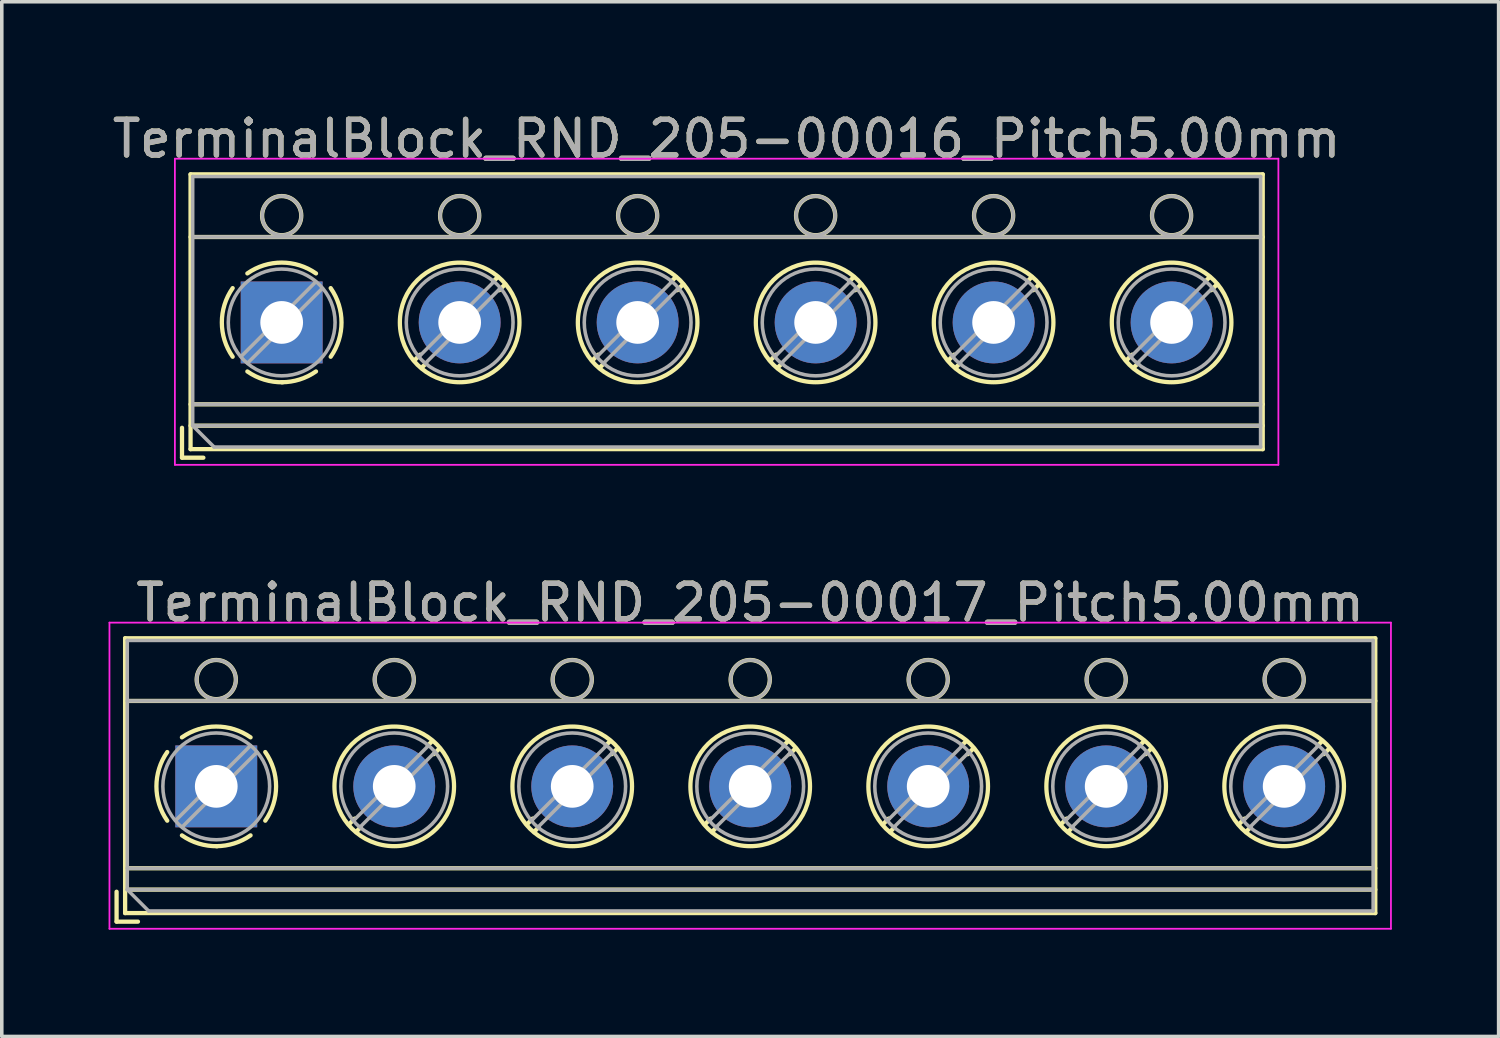
<source format=kicad_pcb>
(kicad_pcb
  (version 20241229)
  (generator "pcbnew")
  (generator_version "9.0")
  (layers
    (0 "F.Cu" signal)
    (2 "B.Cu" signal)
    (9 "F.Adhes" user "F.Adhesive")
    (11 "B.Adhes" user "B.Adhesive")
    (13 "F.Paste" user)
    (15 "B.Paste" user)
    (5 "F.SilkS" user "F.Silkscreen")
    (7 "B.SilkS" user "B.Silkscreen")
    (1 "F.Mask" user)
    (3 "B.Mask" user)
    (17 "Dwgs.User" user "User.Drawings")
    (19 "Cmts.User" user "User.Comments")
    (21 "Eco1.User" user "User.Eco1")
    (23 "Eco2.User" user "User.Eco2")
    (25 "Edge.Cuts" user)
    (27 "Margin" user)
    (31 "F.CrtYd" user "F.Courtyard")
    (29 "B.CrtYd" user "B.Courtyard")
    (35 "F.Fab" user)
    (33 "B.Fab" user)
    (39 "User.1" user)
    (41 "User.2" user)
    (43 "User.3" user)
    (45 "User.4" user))
  (footprint "TerminalBlock_RND_205-00016_Pitch5.00mm"
    (layer "F.Cu")
    (at 4.863 6.008)
    (property "Reference" "TerminalBlock_RND_205-00016_Pitch5.00mm" (at 12.5 -5.16 0) (layer "F.SilkS") (effects (font (size 1 1) (thickness 0.15))))
    (attr through_hole)
    (fp_line (start -2.8 2.96) (end -2.8 3.8) (stroke (width 0.12) (type solid)) (layer "F.SilkS"))
    (fp_line (start -2.8 3.8) (end -2.2 3.8) (stroke (width 0.12) (type solid)) (layer "F.SilkS"))
    (fp_line (start -2.56 -4.16) (end -2.56 3.56) (stroke (width 0.12) (type solid)) (layer "F.SilkS"))
    (fp_line (start -2.56 -2.4) (end 27.56 -2.4) (stroke (width 0.12) (type solid)) (layer "F.SilkS"))
    (fp_line (start -2.56 2.3) (end 27.56 2.3) (stroke (width 0.12) (type solid)) (layer "F.SilkS"))
    (fp_line (start -2.56 2.9) (end 27.56 2.9) (stroke (width 0.12) (type solid)) (layer "F.SilkS"))
    (fp_line (start -2.56 3.56) (end 27.56 3.56) (stroke (width 0.12) (type solid)) (layer "F.SilkS"))
    (fp_line (start 3.89 0.905) (end 3.726 1.069) (stroke (width 0.12) (type solid)) (layer "F.SilkS"))
    (fp_line (start 4.06 1.146) (end 3.931 1.274) (stroke (width 0.12) (type solid)) (layer "F.SilkS"))
    (fp_line (start 6.07 -1.275) (end 5.941 -1.146) (stroke (width 0.12) (type solid)) (layer "F.SilkS"))
    (fp_line (start 6.275 -1.069) (end 6.111 -0.905) (stroke (width 0.12) (type solid)) (layer "F.SilkS"))
    (fp_line (start 8.89 0.905) (end 8.726 1.069) (stroke (width 0.12) (type solid)) (layer "F.SilkS"))
    (fp_line (start 9.06 1.146) (end 8.931 1.274) (stroke (width 0.12) (type solid)) (layer "F.SilkS"))
    (fp_line (start 11.07 -1.275) (end 10.941 -1.146) (stroke (width 0.12) (type solid)) (layer "F.SilkS"))
    (fp_line (start 11.275 -1.069) (end 11.111 -0.905) (stroke (width 0.12) (type solid)) (layer "F.SilkS"))
    (fp_line (start 13.89 0.905) (end 13.726 1.069) (stroke (width 0.12) (type solid)) (layer "F.SilkS"))
    (fp_line (start 14.06 1.146) (end 13.931 1.274) (stroke (width 0.12) (type solid)) (layer "F.SilkS"))
    (fp_line (start 16.07 -1.275) (end 15.941 -1.146) (stroke (width 0.12) (type solid)) (layer "F.SilkS"))
    (fp_line (start 16.275 -1.069) (end 16.111 -0.905) (stroke (width 0.12) (type solid)) (layer "F.SilkS"))
    (fp_line (start 18.89 0.905) (end 18.726 1.069) (stroke (width 0.12) (type solid)) (layer "F.SilkS"))
    (fp_line (start 19.06 1.146) (end 18.931 1.274) (stroke (width 0.12) (type solid)) (layer "F.SilkS"))
    (fp_line (start 21.07 -1.275) (end 20.941 -1.146) (stroke (width 0.12) (type solid)) (layer "F.SilkS"))
    (fp_line (start 21.275 -1.069) (end 21.111 -0.905) (stroke (width 0.12) (type solid)) (layer "F.SilkS"))
    (fp_line (start 23.89 0.905) (end 23.726 1.069) (stroke (width 0.12) (type solid)) (layer "F.SilkS"))
    (fp_line (start 24.06 1.146) (end 23.931 1.274) (stroke (width 0.12) (type solid)) (layer "F.SilkS"))
    (fp_line (start 26.07 -1.275) (end 25.941 -1.146) (stroke (width 0.12) (type solid)) (layer "F.SilkS"))
    (fp_line (start 26.275 -1.069) (end 26.111 -0.905) (stroke (width 0.12) (type solid)) (layer "F.SilkS"))
    (fp_line (start 27.56 -4.16) (end -2.56 -4.16) (stroke (width 0.12) (type solid)) (layer "F.SilkS"))
    (fp_line (start 27.56 3.56) (end 27.56 -4.16) (stroke (width 0.12) (type solid)) (layer "F.SilkS"))
    (fp_arc (start -1.376825 0.964249) (mid -1.6809 0.000152) (end -1.377 -0.964) (stroke (width 0.12) (type solid)) (layer "F.SilkS"))
    (fp_arc (start -0.964249 -1.376825) (mid -0.000152 -1.6809) (end 0.964 -1.377) (stroke (width 0.12) (type solid)) (layer "F.SilkS"))
    (fp_arc (start 0.029488 1.680641) (mid -0.491302 1.607497) (end -0.964 1.377) (stroke (width 0.12) (type solid)) (layer "F.SilkS"))
    (fp_arc (start 0.963608 1.376175) (mid 0.505186 1.602244) (end 0 1.68) (stroke (width 0.12) (type solid)) (layer "F.SilkS"))
    (fp_arc (start 1.376825 -0.964249) (mid 1.6809 -0.000152) (end 1.377 0.964) (stroke (width 0.12) (type solid)) (layer "F.SilkS"))
    (fp_circle (center 0 -3) (end 0.55 -3) (stroke (width 0.12) (type solid)) (fill no) (layer "F.SilkS"))
    (fp_circle (center 5 -3) (end 5.55 -3) (stroke (width 0.12) (type solid)) (fill no) (layer "F.SilkS"))
    (fp_circle (center 5 0) (end 6.68 0) (stroke (width 0.12) (type solid)) (fill no) (layer "F.SilkS"))
    (fp_circle (center 10 -3) (end 10.55 -3) (stroke (width 0.12) (type solid)) (fill no) (layer "F.SilkS"))
    (fp_circle (center 10 0) (end 11.68 0) (stroke (width 0.12) (type solid)) (fill no) (layer "F.SilkS"))
    (fp_circle (center 15 -3) (end 15.55 -3) (stroke (width 0.12) (type solid)) (fill no) (layer "F.SilkS"))
    (fp_circle (center 15 0) (end 16.68 0) (stroke (width 0.12) (type solid)) (fill no) (layer "F.SilkS"))
    (fp_circle (center 20 -3) (end 20.55 -3) (stroke (width 0.12) (type solid)) (fill no) (layer "F.SilkS"))
    (fp_circle (center 20 0) (end 21.68 0) (stroke (width 0.12) (type solid)) (fill no) (layer "F.SilkS"))
    (fp_circle (center 25 -3) (end 25.55 -3) (stroke (width 0.12) (type solid)) (fill no) (layer "F.SilkS"))
    (fp_circle (center 25 0) (end 26.68 0) (stroke (width 0.12) (type solid)) (fill no) (layer "F.SilkS"))
    (fp_line (start -3 -4.6) (end -3 4) (stroke (width 0.05) (type solid)) (layer "F.CrtYd"))
    (fp_line (start -3 4) (end 28 4) (stroke (width 0.05) (type solid)) (layer "F.CrtYd"))
    (fp_line (start 28 -4.6) (end -3 -4.6) (stroke (width 0.05) (type solid)) (layer "F.CrtYd"))
    (fp_line (start 28 4) (end 28 -4.6) (stroke (width 0.05) (type solid)) (layer "F.CrtYd"))
    (fp_line (start -2.5 -4.1) (end 27.5 -4.1) (stroke (width 0.1) (type solid)) (layer "F.Fab"))
    (fp_line (start -2.5 -2.4) (end 27.5 -2.4) (stroke (width 0.1) (type solid)) (layer "F.Fab"))
    (fp_line (start -2.5 2.3) (end 27.5 2.3) (stroke (width 0.1) (type solid)) (layer "F.Fab"))
    (fp_line (start -2.5 2.9) (end -2.5 -4.1) (stroke (width 0.1) (type solid)) (layer "F.Fab"))
    (fp_line (start -2.5 2.9) (end 27.5 2.9) (stroke (width 0.1) (type solid)) (layer "F.Fab"))
    (fp_line (start -1.9 3.5) (end -2.5 2.9) (stroke (width 0.1) (type solid)) (layer "F.Fab"))
    (fp_line (start 0.955 -1.138) (end -1.138 0.955) (stroke (width 0.1) (type solid)) (layer "F.Fab"))
    (fp_line (start 1.138 -0.955) (end -0.955 1.138) (stroke (width 0.1) (type solid)) (layer "F.Fab"))
    (fp_line (start 5.955 -1.138) (end 3.863 0.955) (stroke (width 0.1) (type solid)) (layer "F.Fab"))
    (fp_line (start 6.138 -0.955) (end 4.046 1.138) (stroke (width 0.1) (type solid)) (layer "F.Fab"))
    (fp_line (start 10.955 -1.138) (end 8.863 0.955) (stroke (width 0.1) (type solid)) (layer "F.Fab"))
    (fp_line (start 11.138 -0.955) (end 9.046 1.138) (stroke (width 0.1) (type solid)) (layer "F.Fab"))
    (fp_line (start 15.955 -1.138) (end 13.863 0.955) (stroke (width 0.1) (type solid)) (layer "F.Fab"))
    (fp_line (start 16.138 -0.955) (end 14.046 1.138) (stroke (width 0.1) (type solid)) (layer "F.Fab"))
    (fp_line (start 20.955 -1.138) (end 18.863 0.955) (stroke (width 0.1) (type solid)) (layer "F.Fab"))
    (fp_line (start 21.138 -0.955) (end 19.046 1.138) (stroke (width 0.1) (type solid)) (layer "F.Fab"))
    (fp_line (start 25.955 -1.138) (end 23.863 0.955) (stroke (width 0.1) (type solid)) (layer "F.Fab"))
    (fp_line (start 26.138 -0.955) (end 24.046 1.138) (stroke (width 0.1) (type solid)) (layer "F.Fab"))
    (fp_line (start 27.5 -4.1) (end 27.5 3.5) (stroke (width 0.1) (type solid)) (layer "F.Fab"))
    (fp_line (start 27.5 3.5) (end -1.9 3.5) (stroke (width 0.1) (type solid)) (layer "F.Fab"))
    (fp_circle (center 0 -3) (end 0.55 -3) (stroke (width 0.1) (type solid)) (fill no) (layer "F.Fab"))
    (fp_circle (center 0 0) (end 1.5 0) (stroke (width 0.1) (type solid)) (fill no) (layer "F.Fab"))
    (fp_circle (center 5 -3) (end 5.55 -3) (stroke (width 0.1) (type solid)) (fill no) (layer "F.Fab"))
    (fp_circle (center 5 0) (end 6.5 0) (stroke (width 0.1) (type solid)) (fill no) (layer "F.Fab"))
    (fp_circle (center 10 -3) (end 10.55 -3) (stroke (width 0.1) (type solid)) (fill no) (layer "F.Fab"))
    (fp_circle (center 10 0) (end 11.5 0) (stroke (width 0.1) (type solid)) (fill no) (layer "F.Fab"))
    (fp_circle (center 15 -3) (end 15.55 -3) (stroke (width 0.1) (type solid)) (fill no) (layer "F.Fab"))
    (fp_circle (center 15 0) (end 16.5 0) (stroke (width 0.1) (type solid)) (fill no) (layer "F.Fab"))
    (fp_circle (center 20 -3) (end 20.55 -3) (stroke (width 0.1) (type solid)) (fill no) (layer "F.Fab"))
    (fp_circle (center 20 0) (end 21.5 0) (stroke (width 0.1) (type solid)) (fill no) (layer "F.Fab"))
    (fp_circle (center 25 -3) (end 25.55 -3) (stroke (width 0.1) (type solid)) (fill no) (layer "F.Fab"))
    (fp_circle (center 25 0) (end 26.5 0) (stroke (width 0.1) (type solid)) (fill no) (layer "F.Fab"))
    (fp_text user "${REFERENCE}" (at 12.5 -5.16 0) (layer "F.Fab") (effects (font (size 1 1) (thickness 0.15))))
    (pad "1" thru_hole rect (at 0 0) (size 2.3 2.3) (drill 1.2) (layers "*.Cu" "*.Mask"))
    (pad "2" thru_hole circle (at 5 0) (size 2.3 2.3) (drill 1.2) (layers "*.Cu" "*.Mask"))
    (pad "3" thru_hole circle (at 10 0) (size 2.3 2.3) (drill 1.2) (layers "*.Cu" "*.Mask"))
    (pad "4" thru_hole circle (at 15 0) (size 2.3 2.3) (drill 1.2) (layers "*.Cu" "*.Mask"))
    (pad "5" thru_hole circle (at 20 0) (size 2.3 2.3) (drill 1.2) (layers "*.Cu" "*.Mask"))
    (pad "6" thru_hole circle (at 25 0) (size 2.3 2.3) (drill 1.2) (layers "*.Cu" "*.Mask")))
  (footprint "TerminalBlock_RND_205-00017_Pitch5.00mm"
    (layer "F.Cu")
    (at 3.025 19.041)
    (property "Reference" "TerminalBlock_RND_205-00017_Pitch5.00mm" (at 15 -5.16 0) (layer "F.SilkS") (effects (font (size 1 1) (thickness 0.15))))
    (attr through_hole)
    (fp_line (start -2.8 2.96) (end -2.8 3.8) (stroke (width 0.12) (type solid)) (layer "F.SilkS"))
    (fp_line (start -2.8 3.8) (end -2.2 3.8) (stroke (width 0.12) (type solid)) (layer "F.SilkS"))
    (fp_line (start -2.56 -4.16) (end -2.56 3.56) (stroke (width 0.12) (type solid)) (layer "F.SilkS"))
    (fp_line (start -2.56 -2.4) (end 32.56 -2.4) (stroke (width 0.12) (type solid)) (layer "F.SilkS"))
    (fp_line (start -2.56 2.3) (end 32.56 2.3) (stroke (width 0.12) (type solid)) (layer "F.SilkS"))
    (fp_line (start -2.56 2.9) (end 32.56 2.9) (stroke (width 0.12) (type solid)) (layer "F.SilkS"))
    (fp_line (start -2.56 3.56) (end 32.56 3.56) (stroke (width 0.12) (type solid)) (layer "F.SilkS"))
    (fp_line (start 3.89 0.905) (end 3.726 1.069) (stroke (width 0.12) (type solid)) (layer "F.SilkS"))
    (fp_line (start 4.06 1.146) (end 3.931 1.274) (stroke (width 0.12) (type solid)) (layer "F.SilkS"))
    (fp_line (start 6.07 -1.275) (end 5.941 -1.146) (stroke (width 0.12) (type solid)) (layer "F.SilkS"))
    (fp_line (start 6.275 -1.069) (end 6.111 -0.905) (stroke (width 0.12) (type solid)) (layer "F.SilkS"))
    (fp_line (start 8.89 0.905) (end 8.726 1.069) (stroke (width 0.12) (type solid)) (layer "F.SilkS"))
    (fp_line (start 9.06 1.146) (end 8.931 1.274) (stroke (width 0.12) (type solid)) (layer "F.SilkS"))
    (fp_line (start 11.07 -1.275) (end 10.941 -1.146) (stroke (width 0.12) (type solid)) (layer "F.SilkS"))
    (fp_line (start 11.275 -1.069) (end 11.111 -0.905) (stroke (width 0.12) (type solid)) (layer "F.SilkS"))
    (fp_line (start 13.89 0.905) (end 13.726 1.069) (stroke (width 0.12) (type solid)) (layer "F.SilkS"))
    (fp_line (start 14.06 1.146) (end 13.931 1.274) (stroke (width 0.12) (type solid)) (layer "F.SilkS"))
    (fp_line (start 16.07 -1.275) (end 15.941 -1.146) (stroke (width 0.12) (type solid)) (layer "F.SilkS"))
    (fp_line (start 16.275 -1.069) (end 16.111 -0.905) (stroke (width 0.12) (type solid)) (layer "F.SilkS"))
    (fp_line (start 18.89 0.905) (end 18.726 1.069) (stroke (width 0.12) (type solid)) (layer "F.SilkS"))
    (fp_line (start 19.06 1.146) (end 18.931 1.274) (stroke (width 0.12) (type solid)) (layer "F.SilkS"))
    (fp_line (start 21.07 -1.275) (end 20.941 -1.146) (stroke (width 0.12) (type solid)) (layer "F.SilkS"))
    (fp_line (start 21.275 -1.069) (end 21.111 -0.905) (stroke (width 0.12) (type solid)) (layer "F.SilkS"))
    (fp_line (start 23.89 0.905) (end 23.726 1.069) (stroke (width 0.12) (type solid)) (layer "F.SilkS"))
    (fp_line (start 24.06 1.146) (end 23.931 1.274) (stroke (width 0.12) (type solid)) (layer "F.SilkS"))
    (fp_line (start 26.07 -1.275) (end 25.941 -1.146) (stroke (width 0.12) (type solid)) (layer "F.SilkS"))
    (fp_line (start 26.275 -1.069) (end 26.111 -0.905) (stroke (width 0.12) (type solid)) (layer "F.SilkS"))
    (fp_line (start 28.89 0.905) (end 28.726 1.069) (stroke (width 0.12) (type solid)) (layer "F.SilkS"))
    (fp_line (start 29.06 1.146) (end 28.931 1.274) (stroke (width 0.12) (type solid)) (layer "F.SilkS"))
    (fp_line (start 31.07 -1.275) (end 30.941 -1.146) (stroke (width 0.12) (type solid)) (layer "F.SilkS"))
    (fp_line (start 31.275 -1.069) (end 31.111 -0.905) (stroke (width 0.12) (type solid)) (layer "F.SilkS"))
    (fp_line (start 32.56 -4.16) (end -2.56 -4.16) (stroke (width 0.12) (type solid)) (layer "F.SilkS"))
    (fp_line (start 32.56 3.56) (end 32.56 -4.16) (stroke (width 0.12) (type solid)) (layer "F.SilkS"))
    (fp_arc (start -1.376825 0.964249) (mid -1.6809 0.000152) (end -1.377 -0.964) (stroke (width 0.12) (type solid)) (layer "F.SilkS"))
    (fp_arc (start -0.964249 -1.376825) (mid -0.000152 -1.6809) (end 0.964 -1.377) (stroke (width 0.12) (type solid)) (layer "F.SilkS"))
    (fp_arc (start 0.029488 1.680641) (mid -0.491302 1.607497) (end -0.964 1.377) (stroke (width 0.12) (type solid)) (layer "F.SilkS"))
    (fp_arc (start 0.963608 1.376175) (mid 0.505186 1.602244) (end 0 1.68) (stroke (width 0.12) (type solid)) (layer "F.SilkS"))
    (fp_arc (start 1.376825 -0.964249) (mid 1.6809 -0.000152) (end 1.377 0.964) (stroke (width 0.12) (type solid)) (layer "F.SilkS"))
    (fp_circle (center 0 -3) (end 0.55 -3) (stroke (width 0.12) (type solid)) (fill no) (layer "F.SilkS"))
    (fp_circle (center 5 -3) (end 5.55 -3) (stroke (width 0.12) (type solid)) (fill no) (layer "F.SilkS"))
    (fp_circle (center 5 0) (end 6.68 0) (stroke (width 0.12) (type solid)) (fill no) (layer "F.SilkS"))
    (fp_circle (center 10 -3) (end 10.55 -3) (stroke (width 0.12) (type solid)) (fill no) (layer "F.SilkS"))
    (fp_circle (center 10 0) (end 11.68 0) (stroke (width 0.12) (type solid)) (fill no) (layer "F.SilkS"))
    (fp_circle (center 15 -3) (end 15.55 -3) (stroke (width 0.12) (type solid)) (fill no) (layer "F.SilkS"))
    (fp_circle (center 15 0) (end 16.68 0) (stroke (width 0.12) (type solid)) (fill no) (layer "F.SilkS"))
    (fp_circle (center 20 -3) (end 20.55 -3) (stroke (width 0.12) (type solid)) (fill no) (layer "F.SilkS"))
    (fp_circle (center 20 0) (end 21.68 0) (stroke (width 0.12) (type solid)) (fill no) (layer "F.SilkS"))
    (fp_circle (center 25 -3) (end 25.55 -3) (stroke (width 0.12) (type solid)) (fill no) (layer "F.SilkS"))
    (fp_circle (center 25 0) (end 26.68 0) (stroke (width 0.12) (type solid)) (fill no) (layer "F.SilkS"))
    (fp_circle (center 30 -3) (end 30.55 -3) (stroke (width 0.12) (type solid)) (fill no) (layer "F.SilkS"))
    (fp_circle (center 30 0) (end 31.68 0) (stroke (width 0.12) (type solid)) (fill no) (layer "F.SilkS"))
    (fp_line (start -3 -4.6) (end -3 4) (stroke (width 0.05) (type solid)) (layer "F.CrtYd"))
    (fp_line (start -3 4) (end 33 4) (stroke (width 0.05) (type solid)) (layer "F.CrtYd"))
    (fp_line (start 33 -4.6) (end -3 -4.6) (stroke (width 0.05) (type solid)) (layer "F.CrtYd"))
    (fp_line (start 33 4) (end 33 -4.6) (stroke (width 0.05) (type solid)) (layer "F.CrtYd"))
    (fp_line (start -2.5 -4.1) (end 32.5 -4.1) (stroke (width 0.1) (type solid)) (layer "F.Fab"))
    (fp_line (start -2.5 -2.4) (end 32.5 -2.4) (stroke (width 0.1) (type solid)) (layer "F.Fab"))
    (fp_line (start -2.5 2.3) (end 32.5 2.3) (stroke (width 0.1) (type solid)) (layer "F.Fab"))
    (fp_line (start -2.5 2.9) (end -2.5 -4.1) (stroke (width 0.1) (type solid)) (layer "F.Fab"))
    (fp_line (start -2.5 2.9) (end 32.5 2.9) (stroke (width 0.1) (type solid)) (layer "F.Fab"))
    (fp_line (start -1.9 3.5) (end -2.5 2.9) (stroke (width 0.1) (type solid)) (layer "F.Fab"))
    (fp_line (start 0.955 -1.138) (end -1.138 0.955) (stroke (width 0.1) (type solid)) (layer "F.Fab"))
    (fp_line (start 1.138 -0.955) (end -0.955 1.138) (stroke (width 0.1) (type solid)) (layer "F.Fab"))
    (fp_line (start 5.955 -1.138) (end 3.863 0.955) (stroke (width 0.1) (type solid)) (layer "F.Fab"))
    (fp_line (start 6.138 -0.955) (end 4.046 1.138) (stroke (width 0.1) (type solid)) (layer "F.Fab"))
    (fp_line (start 10.955 -1.138) (end 8.863 0.955) (stroke (width 0.1) (type solid)) (layer "F.Fab"))
    (fp_line (start 11.138 -0.955) (end 9.046 1.138) (stroke (width 0.1) (type solid)) (layer "F.Fab"))
    (fp_line (start 15.955 -1.138) (end 13.863 0.955) (stroke (width 0.1) (type solid)) (layer "F.Fab"))
    (fp_line (start 16.138 -0.955) (end 14.046 1.138) (stroke (width 0.1) (type solid)) (layer "F.Fab"))
    (fp_line (start 20.955 -1.138) (end 18.863 0.955) (stroke (width 0.1) (type solid)) (layer "F.Fab"))
    (fp_line (start 21.138 -0.955) (end 19.046 1.138) (stroke (width 0.1) (type solid)) (layer "F.Fab"))
    (fp_line (start 25.955 -1.138) (end 23.863 0.955) (stroke (width 0.1) (type solid)) (layer "F.Fab"))
    (fp_line (start 26.138 -0.955) (end 24.046 1.138) (stroke (width 0.1) (type solid)) (layer "F.Fab"))
    (fp_line (start 30.955 -1.138) (end 28.863 0.955) (stroke (width 0.1) (type solid)) (layer "F.Fab"))
    (fp_line (start 31.138 -0.955) (end 29.046 1.138) (stroke (width 0.1) (type solid)) (layer "F.Fab"))
    (fp_line (start 32.5 -4.1) (end 32.5 3.5) (stroke (width 0.1) (type solid)) (layer "F.Fab"))
    (fp_line (start 32.5 3.5) (end -1.9 3.5) (stroke (width 0.1) (type solid)) (layer "F.Fab"))
    (fp_circle (center 0 -3) (end 0.55 -3) (stroke (width 0.1) (type solid)) (fill no) (layer "F.Fab"))
    (fp_circle (center 0 0) (end 1.5 0) (stroke (width 0.1) (type solid)) (fill no) (layer "F.Fab"))
    (fp_circle (center 5 -3) (end 5.55 -3) (stroke (width 0.1) (type solid)) (fill no) (layer "F.Fab"))
    (fp_circle (center 5 0) (end 6.5 0) (stroke (width 0.1) (type solid)) (fill no) (layer "F.Fab"))
    (fp_circle (center 10 -3) (end 10.55 -3) (stroke (width 0.1) (type solid)) (fill no) (layer "F.Fab"))
    (fp_circle (center 10 0) (end 11.5 0) (stroke (width 0.1) (type solid)) (fill no) (layer "F.Fab"))
    (fp_circle (center 15 -3) (end 15.55 -3) (stroke (width 0.1) (type solid)) (fill no) (layer "F.Fab"))
    (fp_circle (center 15 0) (end 16.5 0) (stroke (width 0.1) (type solid)) (fill no) (layer "F.Fab"))
    (fp_circle (center 20 -3) (end 20.55 -3) (stroke (width 0.1) (type solid)) (fill no) (layer "F.Fab"))
    (fp_circle (center 20 0) (end 21.5 0) (stroke (width 0.1) (type solid)) (fill no) (layer "F.Fab"))
    (fp_circle (center 25 -3) (end 25.55 -3) (stroke (width 0.1) (type solid)) (fill no) (layer "F.Fab"))
    (fp_circle (center 25 0) (end 26.5 0) (stroke (width 0.1) (type solid)) (fill no) (layer "F.Fab"))
    (fp_circle (center 30 -3) (end 30.55 -3) (stroke (width 0.1) (type solid)) (fill no) (layer "F.Fab"))
    (fp_circle (center 30 0) (end 31.5 0) (stroke (width 0.1) (type solid)) (fill no) (layer "F.Fab"))
    (fp_text user "${REFERENCE}" (at 15 -5.16 0) (layer "F.Fab") (effects (font (size 1 1) (thickness 0.15))))
    (pad "1" thru_hole rect (at 0 0) (size 2.3 2.3) (drill 1.2) (layers "*.Cu" "*.Mask"))
    (pad "2" thru_hole circle (at 5 0) (size 2.3 2.3) (drill 1.2) (layers "*.Cu" "*.Mask"))
    (pad "3" thru_hole circle (at 10 0) (size 2.3 2.3) (drill 1.2) (layers "*.Cu" "*.Mask"))
    (pad "4" thru_hole circle (at 15 0) (size 2.3 2.3) (drill 1.2) (layers "*.Cu" "*.Mask"))
    (pad "5" thru_hole circle (at 20 0) (size 2.3 2.3) (drill 1.2) (layers "*.Cu" "*.Mask"))
    (pad "6" thru_hole circle (at 25 0) (size 2.3 2.3) (drill 1.2) (layers "*.Cu" "*.Mask"))
    (pad "7" thru_hole circle (at 30 0) (size 2.3 2.3) (drill 1.2) (layers "*.Cu" "*.Mask")))
  (gr_rect
    (start -3 -3)
    (end 39.05 26.067)
    (stroke (width 0.1) (type default))
    (fill no)
    (layer "Edge.Cuts")))
</source>
